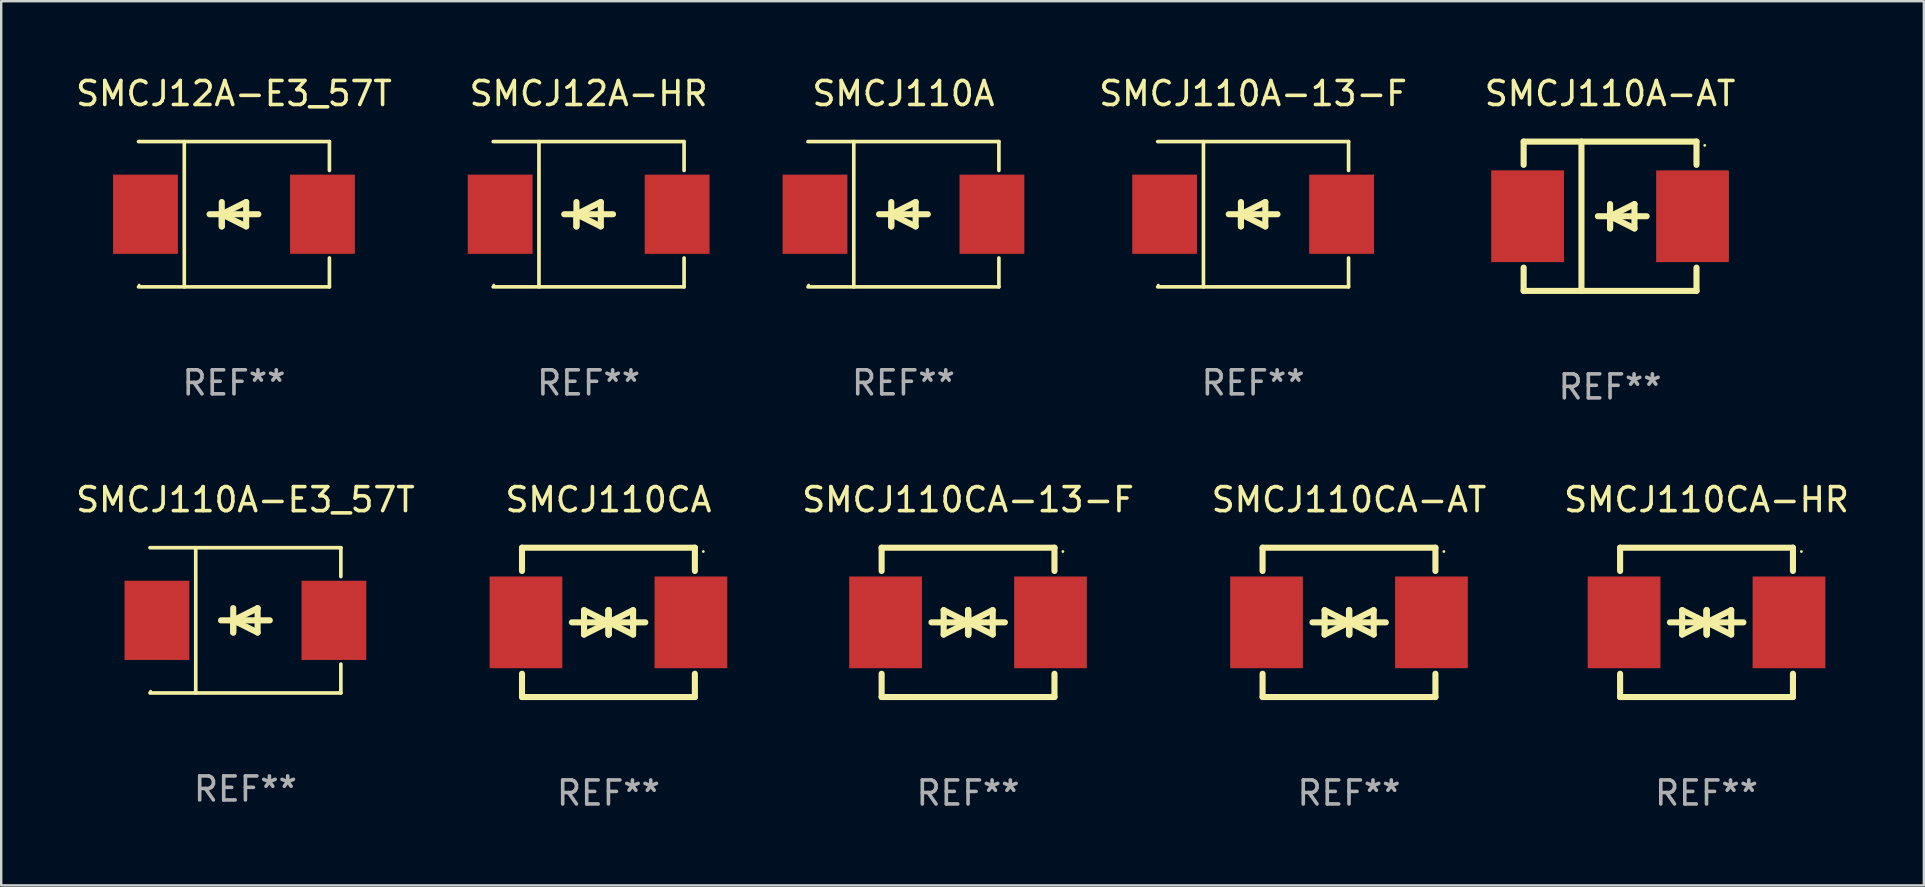
<source format=kicad_pcb>
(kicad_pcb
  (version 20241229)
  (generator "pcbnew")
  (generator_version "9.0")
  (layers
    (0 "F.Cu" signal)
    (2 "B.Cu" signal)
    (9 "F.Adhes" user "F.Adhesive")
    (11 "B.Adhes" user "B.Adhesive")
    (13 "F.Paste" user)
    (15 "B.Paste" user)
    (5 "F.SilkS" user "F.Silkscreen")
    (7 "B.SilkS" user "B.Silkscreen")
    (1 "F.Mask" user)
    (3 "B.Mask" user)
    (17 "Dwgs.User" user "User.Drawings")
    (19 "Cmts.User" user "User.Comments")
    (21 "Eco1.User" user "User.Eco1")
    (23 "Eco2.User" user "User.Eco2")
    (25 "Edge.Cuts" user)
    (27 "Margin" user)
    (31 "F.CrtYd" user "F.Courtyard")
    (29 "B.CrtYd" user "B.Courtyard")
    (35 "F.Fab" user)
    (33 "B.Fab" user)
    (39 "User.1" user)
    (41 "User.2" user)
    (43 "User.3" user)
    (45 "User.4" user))
  (footprint "SMCJ110CA-HR"
    (layer "F.Cu")
    (at 68.037 22.875)
    (property "Reference" "SMCJ110CA-HR" (at 0 -5.11 0) (layer "F.SilkS") (effects (font (size 1 1) (thickness 0.15))))
    (attr through_hole)
    (fp_line (start -3.6 -2.141) (end -3.6 -3.11) (stroke (width 0.254) (type solid)) (layer "F.SilkS"))
    (fp_line (start -3.6 3.11) (end -3.6 2.141) (stroke (width 0.254) (type solid)) (layer "F.SilkS"))
    (fp_line (start -1.524 0) (end 0.508 0) (stroke (width 0.254) (type solid)) (layer "F.SilkS"))
    (fp_line (start -1.016 -0.508) (end -1.016 0.508) (stroke (width 0.254) (type solid)) (layer "F.SilkS"))
    (fp_line (start -1.016 0.508) (end 0 0) (stroke (width 0.254) (type solid)) (layer "F.SilkS"))
    (fp_line (start 0 -0.508) (end 0 0.508) (stroke (width 0.254) (type solid)) (layer "F.SilkS"))
    (fp_line (start 0 0) (end -1.016 -0.508) (stroke (width 0.254) (type solid)) (layer "F.SilkS"))
    (fp_line (start 0 0) (end 0 -0.508) (stroke (width 0.254) (type solid)) (layer "F.SilkS"))
    (fp_line (start 0.012 0) (end 0.012 0.508) (stroke (width 0.254) (type solid)) (layer "F.SilkS"))
    (fp_line (start 0.012 0) (end 1.028 0.508) (stroke (width 0.254) (type solid)) (layer "F.SilkS"))
    (fp_line (start 0.012 0.508) (end 0.012 -0.508) (stroke (width 0.254) (type solid)) (layer "F.SilkS"))
    (fp_line (start 1.028 -0.508) (end 0.012 0) (stroke (width 0.254) (type solid)) (layer "F.SilkS"))
    (fp_line (start 1.028 0.508) (end 1.028 -0.508) (stroke (width 0.254) (type solid)) (layer "F.SilkS"))
    (fp_line (start 1.536 0) (end -0.496 0) (stroke (width 0.254) (type solid)) (layer "F.SilkS"))
    (fp_line (start 3.6 -3.11) (end -3.6 -3.11) (stroke (width 0.254) (type solid)) (layer "F.SilkS"))
    (fp_line (start 3.6 -2.141) (end 3.6 -3.11) (stroke (width 0.254) (type solid)) (layer "F.SilkS"))
    (fp_line (start 3.6 3.11) (end -3.6 3.11) (stroke (width 0.254) (type solid)) (layer "F.SilkS"))
    (fp_line (start 3.6 3.11) (end 3.6 2.141) (stroke (width 0.254) (type solid)) (layer "F.SilkS"))
    (fp_circle (center 3.952 -2.95) (end 3.982 -2.95) (stroke (width 0.06) (type solid)) (fill no) (layer "F.SilkS"))
    (fp_text user "REF**" (at 0 7.11 0) (layer "F.Fab") (effects (font (size 1 1) (thickness 0.15))))
    (pad "1" smd rect (at 3.435 0) (size 3.03 3.82) (layers "F.Cu" "F.Mask" "F.Paste"))
    (pad "2" smd rect (at -3.435 0) (size 3.03 3.82) (layers "F.Cu" "F.Mask" "F.Paste")))
  (footprint "SMCJ110CA-13-F"
    (layer "F.Cu")
    (at 37.275 22.875)
    (property "Reference" "SMCJ110CA-13-F" (at 0 -5.11 0) (layer "F.SilkS") (effects (font (size 1 1) (thickness 0.15))))
    (attr through_hole)
    (fp_line (start -3.6 -2.141) (end -3.6 -3.11) (stroke (width 0.254) (type solid)) (layer "F.SilkS"))
    (fp_line (start -3.6 3.11) (end -3.6 2.141) (stroke (width 0.254) (type solid)) (layer "F.SilkS"))
    (fp_line (start -1.524 0) (end 0.508 0) (stroke (width 0.254) (type solid)) (layer "F.SilkS"))
    (fp_line (start -1.016 -0.508) (end -1.016 0.508) (stroke (width 0.254) (type solid)) (layer "F.SilkS"))
    (fp_line (start -1.016 0.508) (end 0 0) (stroke (width 0.254) (type solid)) (layer "F.SilkS"))
    (fp_line (start 0 -0.508) (end 0 0.508) (stroke (width 0.254) (type solid)) (layer "F.SilkS"))
    (fp_line (start 0 0) (end -1.016 -0.508) (stroke (width 0.254) (type solid)) (layer "F.SilkS"))
    (fp_line (start 0 0) (end 0 -0.508) (stroke (width 0.254) (type solid)) (layer "F.SilkS"))
    (fp_line (start 0.012 0) (end 0.012 0.508) (stroke (width 0.254) (type solid)) (layer "F.SilkS"))
    (fp_line (start 0.012 0) (end 1.028 0.508) (stroke (width 0.254) (type solid)) (layer "F.SilkS"))
    (fp_line (start 0.012 0.508) (end 0.012 -0.508) (stroke (width 0.254) (type solid)) (layer "F.SilkS"))
    (fp_line (start 1.028 -0.508) (end 0.012 0) (stroke (width 0.254) (type solid)) (layer "F.SilkS"))
    (fp_line (start 1.028 0.508) (end 1.028 -0.508) (stroke (width 0.254) (type solid)) (layer "F.SilkS"))
    (fp_line (start 1.536 0) (end -0.496 0) (stroke (width 0.254) (type solid)) (layer "F.SilkS"))
    (fp_line (start 3.6 -3.11) (end -3.6 -3.11) (stroke (width 0.254) (type solid)) (layer "F.SilkS"))
    (fp_line (start 3.6 -2.141) (end 3.6 -3.11) (stroke (width 0.254) (type solid)) (layer "F.SilkS"))
    (fp_line (start 3.6 3.11) (end -3.6 3.11) (stroke (width 0.254) (type solid)) (layer "F.SilkS"))
    (fp_line (start 3.6 3.11) (end 3.6 2.141) (stroke (width 0.254) (type solid)) (layer "F.SilkS"))
    (fp_circle (center 3.952 -2.95) (end 3.982 -2.95) (stroke (width 0.06) (type solid)) (fill no) (layer "F.SilkS"))
    (fp_text user "REF**" (at 0 7.11 0) (layer "F.Fab") (effects (font (size 1 1) (thickness 0.15))))
    (pad "1" smd rect (at 3.435 0) (size 3.03 3.82) (layers "F.Cu" "F.Mask" "F.Paste"))
    (pad "2" smd rect (at -3.435 0) (size 3.03 3.82) (layers "F.Cu" "F.Mask" "F.Paste")))
  (footprint "SMCJ110A-E3_57T"
    (layer "F.Cu")
    (at 7.173 22.791)
    (property "Reference" "SMCJ110A-E3_57T" (at 0 -5.026 0) (layer "F.SilkS") (effects (font (size 1 1) (thickness 0.15))))
    (attr through_hole)
    (fp_line (start -3.976 -3.026) (end 3.976 -3.026) (stroke (width 0.152) (type solid)) (layer "F.SilkS"))
    (fp_line (start -3.976 3.026) (end 3.976 3.026) (stroke (width 0.152) (type solid)) (layer "F.SilkS"))
    (fp_line (start -2.069 -3.026) (end -2.069 3.026) (stroke (width 0.152) (type solid)) (layer "F.SilkS"))
    (fp_line (start -0.508 0) (end -0.508 0.508) (stroke (width 0.254) (type solid)) (layer "F.SilkS"))
    (fp_line (start -0.508 0) (end 0.508 0.508) (stroke (width 0.254) (type solid)) (layer "F.SilkS"))
    (fp_line (start -0.508 0.508) (end -0.508 -0.508) (stroke (width 0.254) (type solid)) (layer "F.SilkS"))
    (fp_line (start 0.508 -0.508) (end -0.508 0) (stroke (width 0.254) (type solid)) (layer "F.SilkS"))
    (fp_line (start 0.508 0.508) (end 0.508 -0.508) (stroke (width 0.254) (type solid)) (layer "F.SilkS"))
    (fp_line (start 1.016 0) (end -1.016 0) (stroke (width 0.254) (type solid)) (layer "F.SilkS"))
    (fp_line (start 3.976 -3.026) (end 3.976 -1.823) (stroke (width 0.152) (type solid)) (layer "F.SilkS"))
    (fp_line (start 3.976 3.026) (end 3.976 1.823) (stroke (width 0.152) (type solid)) (layer "F.SilkS"))
    (fp_circle (center -3.95 2.95) (end -3.92 2.95) (stroke (width 0.06) (type solid)) (fill no) (layer "F.SilkS"))
    (fp_text user "REF**" (at 0 7.026 0) (layer "F.Fab") (effects (font (size 1 1) (thickness 0.15))))
    (pad "1" smd rect (at -3.686 0) (size 2.7 3.3) (layers "F.Cu" "F.Mask" "F.Paste"))
    (pad "2" smd rect (at 3.686 0) (size 2.7 3.3) (layers "F.Cu" "F.Mask" "F.Paste")))
  (footprint "SMCJ110CA-AT"
    (layer "F.Cu")
    (at 53.144 22.875)
    (property "Reference" "SMCJ110CA-AT" (at 0 -5.11 0) (layer "F.SilkS") (effects (font (size 1 1) (thickness 0.15))))
    (attr through_hole)
    (fp_line (start -3.6 -2.141) (end -3.6 -3.11) (stroke (width 0.254) (type solid)) (layer "F.SilkS"))
    (fp_line (start -3.6 3.11) (end -3.6 2.141) (stroke (width 0.254) (type solid)) (layer "F.SilkS"))
    (fp_line (start -1.524 0) (end 0.508 0) (stroke (width 0.254) (type solid)) (layer "F.SilkS"))
    (fp_line (start -1.016 -0.508) (end -1.016 0.508) (stroke (width 0.254) (type solid)) (layer "F.SilkS"))
    (fp_line (start -1.016 0.508) (end 0 0) (stroke (width 0.254) (type solid)) (layer "F.SilkS"))
    (fp_line (start 0 -0.508) (end 0 0.508) (stroke (width 0.254) (type solid)) (layer "F.SilkS"))
    (fp_line (start 0 0) (end -1.016 -0.508) (stroke (width 0.254) (type solid)) (layer "F.SilkS"))
    (fp_line (start 0 0) (end 0 -0.508) (stroke (width 0.254) (type solid)) (layer "F.SilkS"))
    (fp_line (start 0.012 0) (end 0.012 0.508) (stroke (width 0.254) (type solid)) (layer "F.SilkS"))
    (fp_line (start 0.012 0) (end 1.028 0.508) (stroke (width 0.254) (type solid)) (layer "F.SilkS"))
    (fp_line (start 0.012 0.508) (end 0.012 -0.508) (stroke (width 0.254) (type solid)) (layer "F.SilkS"))
    (fp_line (start 1.028 -0.508) (end 0.012 0) (stroke (width 0.254) (type solid)) (layer "F.SilkS"))
    (fp_line (start 1.028 0.508) (end 1.028 -0.508) (stroke (width 0.254) (type solid)) (layer "F.SilkS"))
    (fp_line (start 1.536 0) (end -0.496 0) (stroke (width 0.254) (type solid)) (layer "F.SilkS"))
    (fp_line (start 3.6 -3.11) (end -3.6 -3.11) (stroke (width 0.254) (type solid)) (layer "F.SilkS"))
    (fp_line (start 3.6 -2.141) (end 3.6 -3.11) (stroke (width 0.254) (type solid)) (layer "F.SilkS"))
    (fp_line (start 3.6 3.11) (end -3.6 3.11) (stroke (width 0.254) (type solid)) (layer "F.SilkS"))
    (fp_line (start 3.6 3.11) (end 3.6 2.141) (stroke (width 0.254) (type solid)) (layer "F.SilkS"))
    (fp_circle (center 3.952 -2.95) (end 3.982 -2.95) (stroke (width 0.06) (type solid)) (fill no) (layer "F.SilkS"))
    (fp_text user "REF**" (at 0 7.11 0) (layer "F.Fab") (effects (font (size 1 1) (thickness 0.15))))
    (pad "1" smd rect (at 3.435 0) (size 3.03 3.82) (layers "F.Cu" "F.Mask" "F.Paste"))
    (pad "2" smd rect (at -3.435 0) (size 3.03 3.82) (layers "F.Cu" "F.Mask" "F.Paste")))
  (footprint "SMCJ110A-AT"
    (layer "F.Cu")
    (at 64.019 5.958)
    (property "Reference" "SMCJ110A-AT" (at 0 -5.11 0) (layer "F.SilkS") (effects (font (size 1 1) (thickness 0.15))))
    (attr through_hole)
    (fp_line (start -3.6 -3.11) (end -3.6 -2.141) (stroke (width 0.254) (type solid)) (layer "F.SilkS"))
    (fp_line (start -3.6 -3.11) (end 3.6 -3.11) (stroke (width 0.254) (type solid)) (layer "F.SilkS"))
    (fp_line (start -3.6 2.141) (end -3.6 3.11) (stroke (width 0.254) (type solid)) (layer "F.SilkS"))
    (fp_line (start -3.6 3.11) (end 3.6 3.11) (stroke (width 0.254) (type solid)) (layer "F.SilkS"))
    (fp_line (start -1.192 -3.11) (end -1.192 3.11) (stroke (width 0.254) (type solid)) (layer "F.SilkS"))
    (fp_line (start 0 0) (end 0 0.508) (stroke (width 0.254) (type solid)) (layer "F.SilkS"))
    (fp_line (start 0 0) (end 1.016 0.508) (stroke (width 0.254) (type solid)) (layer "F.SilkS"))
    (fp_line (start 0 0.508) (end 0 -0.508) (stroke (width 0.254) (type solid)) (layer "F.SilkS"))
    (fp_line (start 1.016 -0.508) (end 0 0) (stroke (width 0.254) (type solid)) (layer "F.SilkS"))
    (fp_line (start 1.016 0.508) (end 1.016 -0.508) (stroke (width 0.254) (type solid)) (layer "F.SilkS"))
    (fp_line (start 1.524 0) (end -0.508 0) (stroke (width 0.254) (type solid)) (layer "F.SilkS"))
    (fp_line (start 3.6 -3.11) (end 3.6 -2.141) (stroke (width 0.254) (type solid)) (layer "F.SilkS"))
    (fp_line (start 3.6 2.141) (end 3.6 3.11) (stroke (width 0.254) (type solid)) (layer "F.SilkS"))
    (fp_circle (center 3.943 -2.952) (end 3.973 -2.952) (stroke (width 0.06) (type solid)) (fill no) (layer "F.SilkS"))
    (fp_text user "REF**" (at 0 7.11 0) (layer "F.Fab") (effects (font (size 1 1) (thickness 0.15))))
    (pad "1" smd rect (at 3.435 0 180) (size 3.03 3.82) (layers "F.Cu" "F.Mask" "F.Paste"))
    (pad "2" smd rect (at -3.435 0 180) (size 3.03 3.82) (layers "F.Cu" "F.Mask" "F.Paste")))
  (footprint "SMCJ110A-13-F"
    (layer "F.Cu")
    (at 49.15 5.874)
    (property "Reference" "SMCJ110A-13-F" (at 0 -5.026 0) (layer "F.SilkS") (effects (font (size 1 1) (thickness 0.15))))
    (attr through_hole)
    (fp_line (start -3.976 -3.026) (end 3.976 -3.026) (stroke (width 0.152) (type solid)) (layer "F.SilkS"))
    (fp_line (start -3.976 3.026) (end 3.976 3.026) (stroke (width 0.152) (type solid)) (layer "F.SilkS"))
    (fp_line (start -2.069 -3.026) (end -2.069 3.026) (stroke (width 0.152) (type solid)) (layer "F.SilkS"))
    (fp_line (start -0.508 0) (end -0.508 0.508) (stroke (width 0.254) (type solid)) (layer "F.SilkS"))
    (fp_line (start -0.508 0) (end 0.508 0.508) (stroke (width 0.254) (type solid)) (layer "F.SilkS"))
    (fp_line (start -0.508 0.508) (end -0.508 -0.508) (stroke (width 0.254) (type solid)) (layer "F.SilkS"))
    (fp_line (start 0.508 -0.508) (end -0.508 0) (stroke (width 0.254) (type solid)) (layer "F.SilkS"))
    (fp_line (start 0.508 0.508) (end 0.508 -0.508) (stroke (width 0.254) (type solid)) (layer "F.SilkS"))
    (fp_line (start 1.016 0) (end -1.016 0) (stroke (width 0.254) (type solid)) (layer "F.SilkS"))
    (fp_line (start 3.976 -3.026) (end 3.976 -1.823) (stroke (width 0.152) (type solid)) (layer "F.SilkS"))
    (fp_line (start 3.976 3.026) (end 3.976 1.823) (stroke (width 0.152) (type solid)) (layer "F.SilkS"))
    (fp_circle (center -3.95 2.95) (end -3.92 2.95) (stroke (width 0.06) (type solid)) (fill no) (layer "F.SilkS"))
    (fp_text user "REF**" (at 0 7.026 0) (layer "F.Fab") (effects (font (size 1 1) (thickness 0.15))))
    (pad "1" smd rect (at -3.686 0) (size 2.7 3.3) (layers "F.Cu" "F.Mask" "F.Paste"))
    (pad "2" smd rect (at 3.686 0) (size 2.7 3.3) (layers "F.Cu" "F.Mask" "F.Paste")))
  (footprint "SMCJ110CA"
    (layer "F.Cu")
    (at 22.295 22.875)
    (property "Reference" "SMCJ110CA" (at 0 -5.11 0) (layer "F.SilkS") (effects (font (size 1 1) (thickness 0.15))))
    (attr through_hole)
    (fp_line (start -3.6 -2.141) (end -3.6 -3.11) (stroke (width 0.254) (type solid)) (layer "F.SilkS"))
    (fp_line (start -3.6 3.11) (end -3.6 2.141) (stroke (width 0.254) (type solid)) (layer "F.SilkS"))
    (fp_line (start -1.524 0) (end 0.508 0) (stroke (width 0.254) (type solid)) (layer "F.SilkS"))
    (fp_line (start -1.016 -0.508) (end -1.016 0.508) (stroke (width 0.254) (type solid)) (layer "F.SilkS"))
    (fp_line (start -1.016 0.508) (end 0 0) (stroke (width 0.254) (type solid)) (layer "F.SilkS"))
    (fp_line (start 0 -0.508) (end 0 0.508) (stroke (width 0.254) (type solid)) (layer "F.SilkS"))
    (fp_line (start 0 0) (end -1.016 -0.508) (stroke (width 0.254) (type solid)) (layer "F.SilkS"))
    (fp_line (start 0 0) (end 0 -0.508) (stroke (width 0.254) (type solid)) (layer "F.SilkS"))
    (fp_line (start 0.012 0) (end 0.012 0.508) (stroke (width 0.254) (type solid)) (layer "F.SilkS"))
    (fp_line (start 0.012 0) (end 1.028 0.508) (stroke (width 0.254) (type solid)) (layer "F.SilkS"))
    (fp_line (start 0.012 0.508) (end 0.012 -0.508) (stroke (width 0.254) (type solid)) (layer "F.SilkS"))
    (fp_line (start 1.028 -0.508) (end 0.012 0) (stroke (width 0.254) (type solid)) (layer "F.SilkS"))
    (fp_line (start 1.028 0.508) (end 1.028 -0.508) (stroke (width 0.254) (type solid)) (layer "F.SilkS"))
    (fp_line (start 1.536 0) (end -0.496 0) (stroke (width 0.254) (type solid)) (layer "F.SilkS"))
    (fp_line (start 3.6 -3.11) (end -3.6 -3.11) (stroke (width 0.254) (type solid)) (layer "F.SilkS"))
    (fp_line (start 3.6 -2.141) (end 3.6 -3.11) (stroke (width 0.254) (type solid)) (layer "F.SilkS"))
    (fp_line (start 3.6 3.11) (end -3.6 3.11) (stroke (width 0.254) (type solid)) (layer "F.SilkS"))
    (fp_line (start 3.6 3.11) (end 3.6 2.141) (stroke (width 0.254) (type solid)) (layer "F.SilkS"))
    (fp_circle (center 3.952 -2.95) (end 3.982 -2.95) (stroke (width 0.06) (type solid)) (fill no) (layer "F.SilkS"))
    (fp_text user "REF**" (at 0 7.11 0) (layer "F.Fab") (effects (font (size 1 1) (thickness 0.15))))
    (pad "1" smd rect (at 3.435 0) (size 3.03 3.82) (layers "F.Cu" "F.Mask" "F.Paste"))
    (pad "2" smd rect (at -3.435 0) (size 3.03 3.82) (layers "F.Cu" "F.Mask" "F.Paste")))
  (footprint "SMCJ110A"
    (layer "F.Cu")
    (at 34.584 5.874)
    (property "Reference" "SMCJ110A" (at 0 -5.026 0) (layer "F.SilkS") (effects (font (size 1 1) (thickness 0.15))))
    (attr through_hole)
    (fp_line (start -3.976 -3.026) (end 3.976 -3.026) (stroke (width 0.152) (type solid)) (layer "F.SilkS"))
    (fp_line (start -3.976 3.026) (end 3.976 3.026) (stroke (width 0.152) (type solid)) (layer "F.SilkS"))
    (fp_line (start -2.069 -3.026) (end -2.069 3.026) (stroke (width 0.152) (type solid)) (layer "F.SilkS"))
    (fp_line (start -0.508 0) (end -0.508 0.508) (stroke (width 0.254) (type solid)) (layer "F.SilkS"))
    (fp_line (start -0.508 0) (end 0.508 0.508) (stroke (width 0.254) (type solid)) (layer "F.SilkS"))
    (fp_line (start -0.508 0.508) (end -0.508 -0.508) (stroke (width 0.254) (type solid)) (layer "F.SilkS"))
    (fp_line (start 0.508 -0.508) (end -0.508 0) (stroke (width 0.254) (type solid)) (layer "F.SilkS"))
    (fp_line (start 0.508 0.508) (end 0.508 -0.508) (stroke (width 0.254) (type solid)) (layer "F.SilkS"))
    (fp_line (start 1.016 0) (end -1.016 0) (stroke (width 0.254) (type solid)) (layer "F.SilkS"))
    (fp_line (start 3.976 -3.026) (end 3.976 -1.823) (stroke (width 0.152) (type solid)) (layer "F.SilkS"))
    (fp_line (start 3.976 3.026) (end 3.976 1.823) (stroke (width 0.152) (type solid)) (layer "F.SilkS"))
    (fp_circle (center -3.95 2.95) (end -3.92 2.95) (stroke (width 0.06) (type solid)) (fill no) (layer "F.SilkS"))
    (fp_text user "REF**" (at 0 7.026 0) (layer "F.Fab") (effects (font (size 1 1) (thickness 0.15))))
    (pad "1" smd rect (at -3.686 0) (size 2.7 3.3) (layers "F.Cu" "F.Mask" "F.Paste"))
    (pad "2" smd rect (at 3.686 0) (size 2.7 3.3) (layers "F.Cu" "F.Mask" "F.Paste")))
  (footprint "SMCJ12A-HR"
    (layer "F.Cu")
    (at 21.47 5.874)
    (property "Reference" "SMCJ12A-HR" (at 0 -5.026 0) (layer "F.SilkS") (effects (font (size 1 1) (thickness 0.15))))
    (attr through_hole)
    (fp_line (start -3.976 -3.026) (end 3.976 -3.026) (stroke (width 0.152) (type solid)) (layer "F.SilkS"))
    (fp_line (start -3.976 3.026) (end 3.976 3.026) (stroke (width 0.152) (type solid)) (layer "F.SilkS"))
    (fp_line (start -2.069 -3.026) (end -2.069 3.026) (stroke (width 0.152) (type solid)) (layer "F.SilkS"))
    (fp_line (start -0.508 0) (end -0.508 0.508) (stroke (width 0.254) (type solid)) (layer "F.SilkS"))
    (fp_line (start -0.508 0) (end 0.508 0.508) (stroke (width 0.254) (type solid)) (layer "F.SilkS"))
    (fp_line (start -0.508 0.508) (end -0.508 -0.508) (stroke (width 0.254) (type solid)) (layer "F.SilkS"))
    (fp_line (start 0.508 -0.508) (end -0.508 0) (stroke (width 0.254) (type solid)) (layer "F.SilkS"))
    (fp_line (start 0.508 0.508) (end 0.508 -0.508) (stroke (width 0.254) (type solid)) (layer "F.SilkS"))
    (fp_line (start 1.016 0) (end -1.016 0) (stroke (width 0.254) (type solid)) (layer "F.SilkS"))
    (fp_line (start 3.976 -3.026) (end 3.976 -1.823) (stroke (width 0.152) (type solid)) (layer "F.SilkS"))
    (fp_line (start 3.976 3.026) (end 3.976 1.823) (stroke (width 0.152) (type solid)) (layer "F.SilkS"))
    (fp_circle (center -3.95 2.95) (end -3.92 2.95) (stroke (width 0.06) (type solid)) (fill no) (layer "F.SilkS"))
    (fp_text user "REF**" (at 0 7.026 0) (layer "F.Fab") (effects (font (size 1 1) (thickness 0.15))))
    (pad "1" smd rect (at -3.686 0) (size 2.7 3.3) (layers "F.Cu" "F.Mask" "F.Paste"))
    (pad "2" smd rect (at 3.686 0) (size 2.7 3.3) (layers "F.Cu" "F.Mask" "F.Paste")))
  (footprint "SMCJ12A-E3_57T"
    (layer "F.Cu")
    (at 6.696 5.874)
    (property "Reference" "SMCJ12A-E3_57T" (at 0 -5.026 0) (layer "F.SilkS") (effects (font (size 1 1) (thickness 0.15))))
    (attr through_hole)
    (fp_line (start -3.976 -3.026) (end 3.976 -3.026) (stroke (width 0.152) (type solid)) (layer "F.SilkS"))
    (fp_line (start -3.976 3.026) (end 3.976 3.026) (stroke (width 0.152) (type solid)) (layer "F.SilkS"))
    (fp_line (start -2.069 -3.026) (end -2.069 3.026) (stroke (width 0.152) (type solid)) (layer "F.SilkS"))
    (fp_line (start -0.508 0) (end -0.508 0.508) (stroke (width 0.254) (type solid)) (layer "F.SilkS"))
    (fp_line (start -0.508 0) (end 0.508 0.508) (stroke (width 0.254) (type solid)) (layer "F.SilkS"))
    (fp_line (start -0.508 0.508) (end -0.508 -0.508) (stroke (width 0.254) (type solid)) (layer "F.SilkS"))
    (fp_line (start 0.508 -0.508) (end -0.508 0) (stroke (width 0.254) (type solid)) (layer "F.SilkS"))
    (fp_line (start 0.508 0.508) (end 0.508 -0.508) (stroke (width 0.254) (type solid)) (layer "F.SilkS"))
    (fp_line (start 1.016 0) (end -1.016 0) (stroke (width 0.254) (type solid)) (layer "F.SilkS"))
    (fp_line (start 3.976 -3.026) (end 3.976 -1.823) (stroke (width 0.152) (type solid)) (layer "F.SilkS"))
    (fp_line (start 3.976 3.026) (end 3.976 1.823) (stroke (width 0.152) (type solid)) (layer "F.SilkS"))
    (fp_circle (center -3.95 2.95) (end -3.92 2.95) (stroke (width 0.06) (type solid)) (fill no) (layer "F.SilkS"))
    (fp_text user "REF**" (at 0 7.026 0) (layer "F.Fab") (effects (font (size 1 1) (thickness 0.15))))
    (pad "1" smd rect (at -3.686 0) (size 2.7 3.3) (layers "F.Cu" "F.Mask" "F.Paste"))
    (pad "2" smd rect (at 3.686 0) (size 2.7 3.3) (layers "F.Cu" "F.Mask" "F.Paste")))
  (gr_rect
    (start -3 -3)
    (end 77.09 33.833)
    (stroke (width 0.1) (type default))
    (fill no)
    (layer "Edge.Cuts")))
</source>
